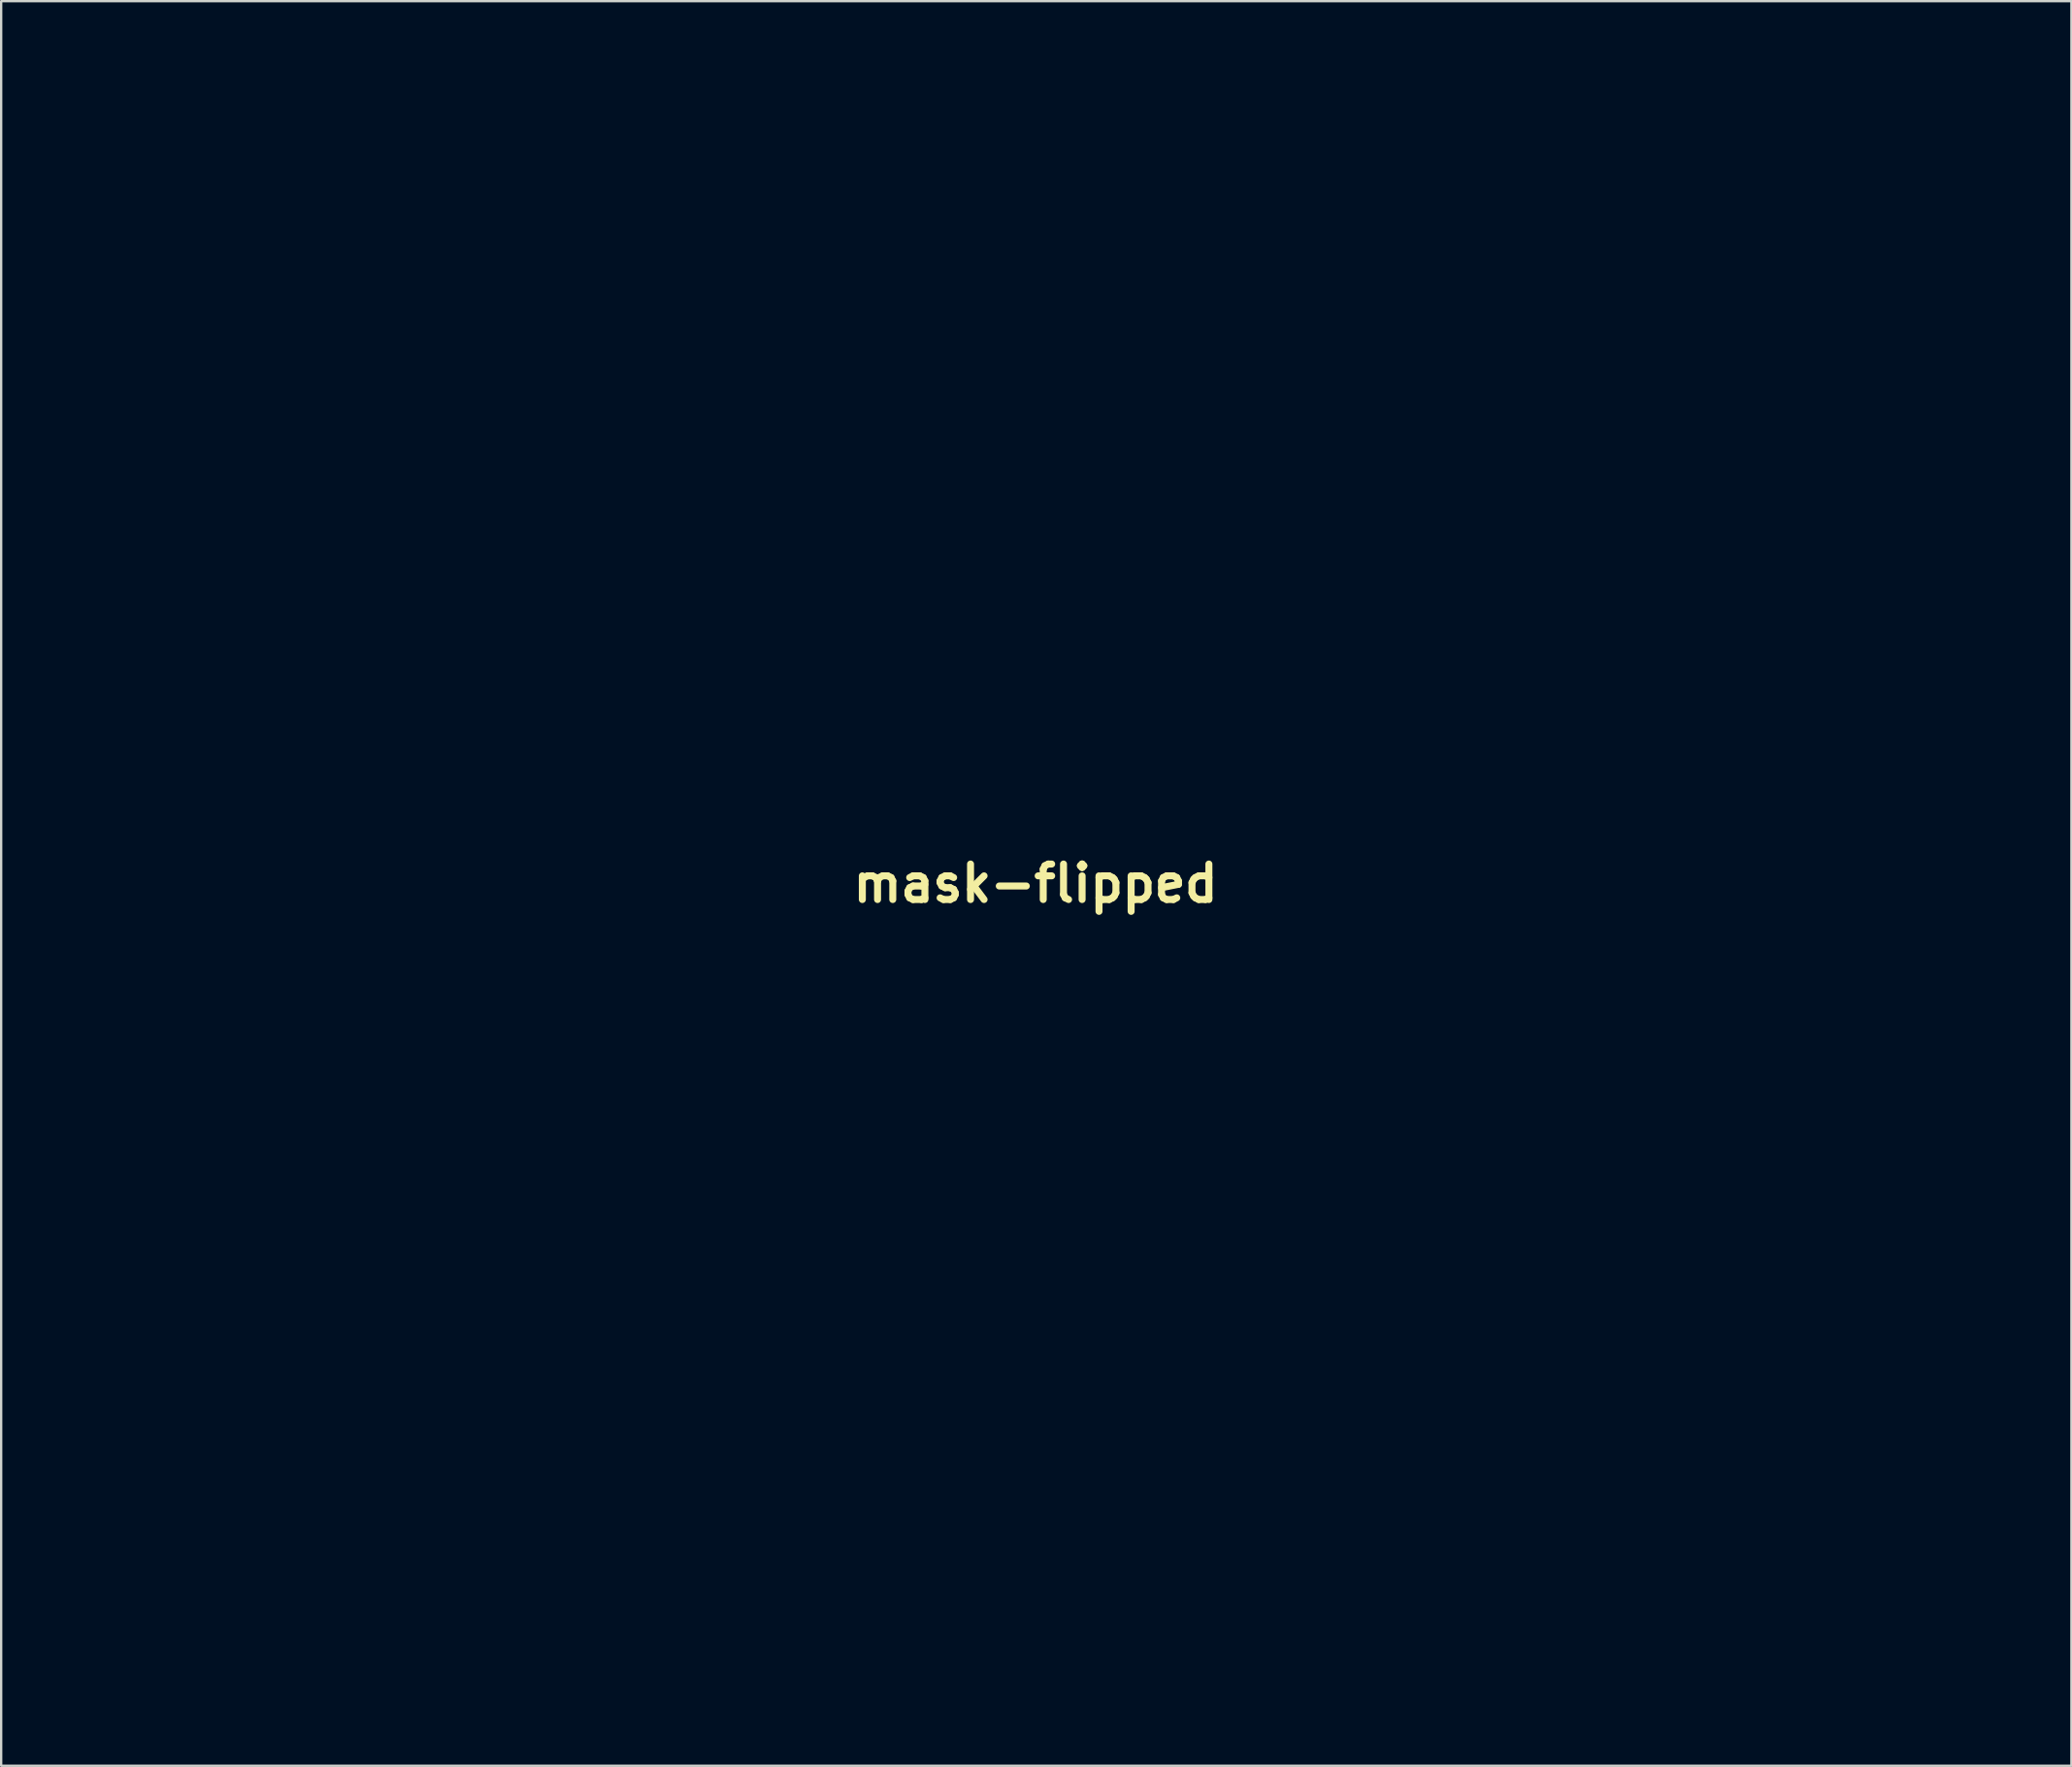
<source format=kicad_pcb>
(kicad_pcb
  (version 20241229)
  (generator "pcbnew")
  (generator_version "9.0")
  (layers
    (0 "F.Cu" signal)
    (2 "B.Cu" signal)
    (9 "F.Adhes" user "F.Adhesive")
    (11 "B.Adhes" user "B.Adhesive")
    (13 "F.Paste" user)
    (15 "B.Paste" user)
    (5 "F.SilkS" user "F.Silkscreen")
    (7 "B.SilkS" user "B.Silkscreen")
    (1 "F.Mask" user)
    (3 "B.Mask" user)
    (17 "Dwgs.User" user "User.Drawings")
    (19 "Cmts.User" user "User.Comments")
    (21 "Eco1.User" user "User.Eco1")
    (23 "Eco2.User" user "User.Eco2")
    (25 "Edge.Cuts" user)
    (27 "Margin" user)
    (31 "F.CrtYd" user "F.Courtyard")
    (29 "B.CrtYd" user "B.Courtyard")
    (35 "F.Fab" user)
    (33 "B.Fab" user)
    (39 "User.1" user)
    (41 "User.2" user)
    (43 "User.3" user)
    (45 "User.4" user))
  (footprint "mask-flipped"
    (layer "F.Cu")
    (at 41.409 34.883)
    (property "Reference" "mask-flipped" (at 0 0 0) (layer "F.SilkS") (effects (font (size 1.524 1.524) (thickness 0.3))))
    (attr board_only exclude_from_pos_files exclude_from_bom)
    (fp_poly (pts (xy 1.119 1.075) (xy 1.701 1.086) (xy 2.302 1.101) (xy 2.905 1.122) (xy 3.498 1.148) (xy 4.064 1.178) (xy 4.588 1.212) (xy 5.056 1.249) (xy 5.453 1.288) (xy 5.764 1.33) (xy 5.94 1.365) (xy 6.174 1.417) (xy 6.439 1.464) (xy 6.759 1.509) (xy 7.158 1.557) (xy 7.354 1.578) (xy 7.652 1.612) (xy 7.954 1.649) (xy 8.215 1.685) (xy 8.316 1.701) (xy 8.588 1.743) (xy 8.887 1.785) (xy 9.051 1.807) (xy 9.274 1.84) (xy 9.478 1.878) (xy 9.593 1.907) (xy 9.731 1.938) (xy 9.943 1.971) (xy 10.186 1.999) (xy 10.244 2.004) (xy 10.483 2.03) (xy 10.694 2.061) (xy 10.839 2.093) (xy 10.861 2.1) (xy 10.987 2.133) (xy 11.184 2.169) (xy 11.411 2.201) (xy 11.427 2.203) (xy 11.673 2.233) (xy 11.938 2.268) (xy 12.198 2.305) (xy 12.428 2.34) (xy 12.604 2.369) (xy 12.701 2.389) (xy 12.713 2.393) (xy 12.714 2.453) (xy 12.703 2.601) (xy 12.681 2.81) (xy 12.653 3.056) (xy 12.622 3.314) (xy 12.589 3.56) (xy 12.559 3.767) (xy 12.535 3.912) (xy 12.52 3.968) (xy 12.496 4.052) (xy 12.468 4.214) (xy 12.442 4.42) (xy 12.441 4.428) (xy 12.381 4.995) (xy 12.325 5.503) (xy 12.272 5.941) (xy 12.225 6.297) (xy 12.185 6.561) (xy 12.155 6.717) (xy 12.112 6.921) (xy 12.071 7.183) (xy 12.029 7.516) (xy 11.985 7.935) (xy 11.938 8.452) (xy 11.937 8.467) (xy 11.906 8.801) (xy 11.872 9.154) (xy 11.839 9.479) (xy 11.817 9.68) (xy 11.784 9.981) (xy 11.75 10.331) (xy 11.72 10.667) (xy 11.712 10.753) (xy 11.686 11.027) (xy 11.655 11.29) (xy 11.622 11.5) (xy 11.607 11.571) (xy 11.58 11.729) (xy 11.552 11.966) (xy 11.526 12.25) (xy 11.507 12.524) (xy 11.483 12.83) (xy 11.448 13.128) (xy 11.406 13.382) (xy 11.369 13.54) (xy 11.308 13.72) (xy 11.25 13.821) (xy 11.167 13.873) (xy 11.052 13.904) (xy 10.902 13.937) (xy 10.679 13.99) (xy 10.418 14.053) (xy 10.267 14.09) (xy 9.618 14.244) (xy 9.024 14.37) (xy 8.627 14.444) (xy 8.413 14.485) (xy 8.156 14.54) (xy 7.976 14.581) (xy 7.154 14.748) (xy 6.277 14.867) (xy 5.904 14.901) (xy 5.622 14.927) (xy 5.369 14.957) (xy 5.173 14.988) (xy 5.066 15.013) (xy 4.931 15.043) (xy 4.729 15.064) (xy 4.526 15.071) (xy 4.307 15.078) (xy 4.118 15.096) (xy 4.006 15.119) (xy 3.903 15.137) (xy 3.704 15.153) (xy 3.426 15.167) (xy 3.088 15.179) (xy 2.705 15.189) (xy 2.295 15.196) (xy 1.876 15.2) (xy 1.465 15.201) (xy 1.079 15.198) (xy 0.735 15.192) (xy 0.451 15.181) (xy 0.424 15.179) (xy -0.155 15.145) (xy -0.684 15.11) (xy -1.15 15.075) (xy -1.543 15.04) (xy -1.85 15.008) (xy -2.06 14.979) (xy -2.121 14.966) (xy -2.272 14.941) (xy -2.501 14.913) (xy -2.774 14.889) (xy -2.981 14.874) (xy -3.269 14.851) (xy -3.545 14.818) (xy -3.772 14.781) (xy -3.881 14.756) (xy -4.097 14.709) (xy -4.351 14.68) (xy -4.48 14.676) (xy -4.696 14.662) (xy -4.97 14.625) (xy -5.249 14.574) (xy -5.306 14.561) (xy -5.668 14.477) (xy -5.945 14.415) (xy -6.165 14.369) (xy -6.353 14.334) (xy -6.534 14.305) (xy -6.704 14.281) (xy -6.964 14.238) (xy -7.234 14.182) (xy -7.411 14.137) (xy -7.621 14.081) (xy -7.889 14.017) (xy -8.161 13.957) (xy -8.197 13.95) (xy -8.672 13.853) (xy -8.748 13.573) (xy -8.78 13.413) (xy -8.814 13.17) (xy -8.847 12.874) (xy -8.875 12.556) (xy -8.881 12.474) (xy -8.904 12.17) (xy -8.927 11.897) (xy -8.949 11.678) (xy -8.968 11.54) (xy -8.973 11.515) (xy -9 11.367) (xy -9.035 11.122) (xy -9.074 10.796) (xy -9.118 10.403) (xy -9.163 9.959) (xy -9.208 9.479) (xy -9.247 9.031) (xy -9.279 8.681) (xy -9.312 8.353) (xy -9.344 8.071) (xy -9.372 7.858) (xy -9.392 7.746) (xy -9.428 7.527) (xy -9.447 7.302) (xy -9.447 7.27) (xy -9.462 7.076) (xy -9.5 6.843) (xy -9.528 6.721) (xy -9.564 6.542) (xy -9.602 6.284) (xy -9.639 5.981) (xy -9.67 5.668) (xy -9.671 5.657) (xy -9.699 5.365) (xy -9.729 5.103) (xy -9.759 4.897) (xy -9.785 4.774) (xy -9.789 4.764) (xy -9.821 4.622) (xy -9.841 4.427) (xy -9.843 4.337) (xy -9.86 4.103) (xy -9.902 3.85) (xy -9.923 3.762) (xy -9.963 3.572) (xy -10 3.314) (xy -10.029 3.033) (xy -10.037 2.925) (xy -10.071 2.378) (xy -9.802 2.344) (xy -9.587 2.31) (xy -9.379 2.268) (xy -9.328 2.256) (xy -9.141 2.222) (xy -8.919 2.203) (xy -8.843 2.201) (xy -8.608 2.184) (xy -8.358 2.141) (xy -8.284 2.122) (xy -8.085 2.077) (xy -7.827 2.035) (xy -7.566 2.004) (xy -7.556 2.003) (xy -7.3 1.973) (xy -7.049 1.932) (xy -6.857 1.888) (xy -6.849 1.886) (xy -6.635 1.836) (xy -6.418 1.808) (xy -6.364 1.806) (xy -6.169 1.788) (xy -5.943 1.744) (xy -5.86 1.721) (xy -5.632 1.671) (xy -5.374 1.641) (xy -5.266 1.637) (xy -5.021 1.626) (xy -4.747 1.598) (xy -4.61 1.578) (xy -4.385 1.539) (xy -4.105 1.491) (xy -3.824 1.443) (xy -3.79 1.437) (xy -3.561 1.403) (xy -3.253 1.364) (xy -2.899 1.324) (xy -2.534 1.288) (xy -2.376 1.274) (xy -2.02 1.242) (xy -1.663 1.206) (xy -1.339 1.172) (xy -1.079 1.141) (xy -0.99 1.129) (xy -0.725 1.103) (xy -0.366 1.085) (xy 0.071 1.074) (xy 0.571 1.072)) (stroke (width 0) (type solid)) (fill yes) (layer "F.Mask"))
    (fp_poly (pts (xy 41.466 34.883) (xy 36.643 34.881) (xy 31.821 34.879) (xy 31.979 34.762) (xy 32.095 34.643) (xy 32.219 34.469) (xy 32.281 34.358) (xy 32.361 34.177) (xy 32.407 33.996) (xy 32.428 33.772) (xy 32.432 33.615) (xy 32.409 33.237) (xy 32.325 32.928) (xy 32.165 32.656) (xy 31.949 32.42) (xy 31.721 32.224) (xy 31.429 32.003) (xy 31.108 31.782) (xy 30.791 31.583) (xy 30.513 31.429) (xy 30.445 31.397) (xy 30.212 31.28) (xy 29.958 31.136) (xy 29.812 31.044) (xy 29.6 30.913) (xy 29.328 30.761) (xy 29.025 30.602) (xy 28.72 30.45) (xy 28.441 30.321) (xy 28.217 30.228) (xy 28.14 30.201) (xy 27.967 30.139) (xy 27.747 30.049) (xy 27.578 29.973) (xy 27.213 29.802) (xy 26.93 29.674) (xy 26.707 29.58) (xy 26.525 29.512) (xy 26.363 29.461) (xy 26.295 29.443) (xy 26.075 29.373) (xy 25.862 29.286) (xy 25.781 29.246) (xy 25.587 29.156) (xy 25.364 29.079) (xy 25.301 29.062) (xy 25.147 29.02) (xy 24.915 28.95) (xy 24.634 28.861) (xy 24.333 28.763) (xy 24.269 28.742) (xy 23.975 28.645) (xy 23.703 28.559) (xy 23.48 28.491) (xy 23.33 28.449) (xy 23.307 28.443) (xy 23.162 28.403) (xy 22.95 28.335) (xy 22.71 28.252) (xy 22.638 28.226) (xy 22.409 28.147) (xy 22.206 28.087) (xy 22.063 28.056) (xy 22.033 28.053) (xy 21.921 28.036) (xy 21.734 27.99) (xy 21.504 27.924) (xy 21.384 27.887) (xy 21.123 27.808) (xy 20.868 27.74) (xy 20.662 27.694) (xy 20.604 27.684) (xy 20.381 27.644) (xy 20.16 27.59) (xy 20.111 27.575) (xy 19.893 27.512) (xy 19.608 27.44) (xy 19.299 27.369) (xy 19.011 27.31) (xy 18.866 27.284) (xy 18.691 27.247) (xy 18.55 27.2) (xy 18.531 27.191) (xy 18.415 27.152) (xy 18.234 27.112) (xy 18.107 27.091) (xy 17.568 27.009) (xy 17.123 26.93) (xy 16.781 26.854) (xy 16.712 26.835) (xy 16.511 26.788) (xy 16.327 26.758) (xy 16.259 26.754) (xy 16.096 26.735) (xy 15.905 26.688) (xy 15.868 26.676) (xy 15.71 26.638) (xy 15.478 26.601) (xy 15.213 26.571) (xy 15.093 26.561) (xy 14.831 26.538) (xy 14.592 26.509) (xy 14.412 26.478) (xy 14.357 26.465) (xy 14.196 26.425) (xy 13.979 26.384) (xy 13.831 26.362) (xy 13.587 26.328) (xy 13.302 26.286) (xy 13.096 26.254) (xy 12.84 26.218) (xy 12.533 26.184) (xy 12.236 26.159) (xy 12.205 26.156) (xy 11.71 26.124) (xy 11.713 22.474) (xy 11.716 18.824) (xy 12.399 18.232) (xy 12.958 17.733) (xy 13.498 17.223) (xy 14.004 16.72) (xy 14.454 16.243) (xy 14.833 15.809) (xy 14.871 15.762) (xy 15.05 15.548) (xy 15.205 15.369) (xy 15.322 15.243) (xy 15.386 15.185) (xy 15.391 15.184) (xy 15.444 15.141) (xy 15.545 15.027) (xy 15.676 14.863) (xy 15.743 14.774) (xy 15.913 14.548) (xy 16.091 14.319) (xy 16.242 14.129) (xy 16.268 14.098) (xy 16.635 13.643) (xy 16.919 13.262) (xy 17.014 13.123) (xy 17.24 12.787) (xy 17.486 12.428) (xy 17.729 12.078) (xy 17.946 11.77) (xy 18.054 11.621) (xy 18.363 11.17) (xy 18.603 10.762) (xy 18.702 10.563) (xy 18.783 10.41) (xy 18.9 10.217) (xy 18.988 10.083) (xy 19.097 9.909) (xy 19.232 9.668) (xy 19.374 9.395) (xy 19.47 9.2) (xy 19.613 8.901) (xy 19.782 8.549) (xy 19.956 8.192) (xy 20.083 7.93) (xy 20.395 7.275) (xy 20.649 6.694) (xy 20.85 6.181) (xy 20.925 5.993) (xy 20.999 5.881) (xy 21.104 5.813) (xy 21.273 5.758) (xy 21.29 5.754) (xy 21.583 5.65) (xy 21.921 5.497) (xy 22.26 5.315) (xy 22.557 5.128) (xy 22.653 5.057) (xy 22.915 4.832) (xy 23.225 4.532) (xy 23.565 4.175) (xy 23.89 3.809) (xy 24.147 3.482) (xy 24.374 3.124) (xy 24.59 2.711) (xy 24.761 2.353) (xy 24.891 2.076) (xy 24.989 1.858) (xy 25.061 1.68) (xy 25.119 1.519) (xy 25.169 1.357) (xy 25.201 1.242) (xy 25.275 0.988) (xy 25.359 0.722) (xy 25.412 0.564) (xy 25.492 0.321) (xy 25.556 0.079) (xy 25.604 -0.178) (xy 25.639 -0.469) (xy 25.662 -0.811) (xy 25.675 -1.221) (xy 25.681 -1.717) (xy 25.682 -2.023) (xy 25.679 -2.582) (xy 25.67 -3.048) (xy 25.654 -3.436) (xy 25.63 -3.767) (xy 25.596 -4.058) (xy 25.551 -4.327) (xy 25.505 -4.544) (xy 25.415 -4.889) (xy 25.299 -5.259) (xy 25.169 -5.623) (xy 25.036 -5.954) (xy 24.91 -6.22) (xy 24.844 -6.334) (xy 24.703 -6.554) (xy 24.558 -6.785) (xy 24.47 -6.927) (xy 24.274 -7.22) (xy 24.08 -7.468) (xy 23.905 -7.648) (xy 23.794 -7.73) (xy 23.704 -7.788) (xy 23.687 -7.855) (xy 23.732 -7.975) (xy 23.734 -7.98) (xy 23.79 -8.113) (xy 23.874 -8.325) (xy 23.978 -8.59) (xy 24.09 -8.882) (xy 24.201 -9.174) (xy 24.3 -9.441) (xy 24.378 -9.655) (xy 24.397 -9.708) (xy 24.448 -9.876) (xy 24.511 -10.115) (xy 24.576 -10.386) (xy 24.608 -10.527) (xy 24.666 -10.781) (xy 24.722 -11.007) (xy 24.768 -11.173) (xy 24.787 -11.231) (xy 24.811 -11.312) (xy 24.837 -11.451) (xy 24.869 -11.657) (xy 24.906 -11.939) (xy 24.951 -12.307) (xy 25.004 -12.769) (xy 25.066 -13.334) (xy 25.068 -13.349) (xy 25.086 -13.593) (xy 25.098 -13.918) (xy 25.103 -14.301) (xy 25.104 -14.721) (xy 25.099 -15.156) (xy 25.089 -15.586) (xy 25.075 -15.989) (xy 25.056 -16.343) (xy 25.034 -16.628) (xy 25.009 -16.82) (xy 24.976 -17.01) (xy 24.935 -17.272) (xy 24.893 -17.565) (xy 24.867 -17.752) (xy 24.823 -18.071) (xy 24.772 -18.412) (xy 24.722 -18.722) (xy 24.699 -18.852) (xy 24.657 -19.075) (xy 24.614 -19.275) (xy 24.566 -19.472) (xy 24.505 -19.687) (xy 24.426 -19.939) (xy 24.323 -20.248) (xy 24.191 -20.635) (xy 24.124 -20.828) (xy 24.041 -21.078) (xy 23.964 -21.331) (xy 23.908 -21.532) (xy 23.907 -21.536) (xy 23.848 -21.719) (xy 23.753 -21.96) (xy 23.64 -22.214) (xy 23.6 -22.296) (xy 23.497 -22.507) (xy 23.417 -22.679) (xy 23.37 -22.789) (xy 23.363 -22.814) (xy 23.338 -22.895) (xy 23.268 -23.056) (xy 23.164 -23.276) (xy 23.035 -23.537) (xy 22.891 -23.819) (xy 22.744 -24.102) (xy 22.601 -24.367) (xy 22.474 -24.595) (xy 22.373 -24.764) (xy 22.35 -24.799) (xy 22.212 -25.007) (xy 22.085 -25.202) (xy 21.992 -25.347) (xy 21.982 -25.364) (xy 21.868 -25.543) (xy 21.716 -25.777) (xy 21.542 -26.039) (xy 21.365 -26.303) (xy 21.202 -26.542) (xy 21.069 -26.731) (xy 21.004 -26.821) (xy 20.83 -27.044) (xy 20.652 -27.264) (xy 20.482 -27.465) (xy 20.338 -27.628) (xy 20.234 -27.736) (xy 20.187 -27.771) (xy 20.133 -27.816) (xy 20.062 -27.925) (xy 20.057 -27.935) (xy 19.973 -28.067) (xy 19.843 -28.239) (xy 19.731 -28.373) (xy 19.595 -28.521) (xy 19.413 -28.711) (xy 19.2 -28.929) (xy 18.97 -29.159) (xy 18.738 -29.388) (xy 18.517 -29.602) (xy 18.322 -29.786) (xy 18.168 -29.928) (xy 18.069 -30.011) (xy 18.041 -30.028) (xy 17.977 -30.063) (xy 17.855 -30.153) (xy 17.716 -30.268) (xy 17.521 -30.43) (xy 17.256 -30.642) (xy 16.943 -30.886) (xy 16.601 -31.147) (xy 16.254 -31.408) (xy 16.131 -31.499) (xy 15.966 -31.613) (xy 15.831 -31.693) (xy 15.758 -31.722) (xy 15.67 -31.76) (xy 15.586 -31.834) (xy 15.504 -31.893) (xy 15.342 -31.988) (xy 15.12 -32.11) (xy 14.86 -32.246) (xy 14.583 -32.386) (xy 14.311 -32.52) (xy 14.066 -32.635) (xy 13.868 -32.722) (xy 13.747 -32.767) (xy 13.62 -32.815) (xy 13.438 -32.895) (xy 13.284 -32.97) (xy 13.072 -33.067) (xy 12.864 -33.149) (xy 12.746 -33.186) (xy 12.584 -33.232) (xy 12.362 -33.302) (xy 12.126 -33.38) (xy 12.111 -33.385) (xy 11.856 -33.463) (xy 11.591 -33.527) (xy 11.376 -33.565) (xy 11.181 -33.593) (xy 11.023 -33.628) (xy 10.961 -33.65) (xy 10.86 -33.689) (xy 10.692 -33.733) (xy 10.445 -33.786) (xy 10.106 -33.849) (xy 9.843 -33.896) (xy 9.515 -33.937) (xy 9.1 -33.966) (xy 8.624 -33.981) (xy 8.111 -33.984) (xy 7.588 -33.975) (xy 7.081 -33.954) (xy 6.614 -33.921) (xy 6.213 -33.876) (xy 6.138 -33.865) (xy 5.832 -33.814) (xy 5.539 -33.761) (xy 5.292 -33.711) (xy 5.123 -33.672) (xy 5.12 -33.671) (xy 4.887 -33.612) (xy 4.628 -33.555) (xy 4.526 -33.535) (xy 4.287 -33.484) (xy 4.034 -33.415) (xy 3.735 -33.319) (xy 3.451 -33.219) (xy 3.281 -33.156) (xy 3.128 -33.097) (xy 2.971 -33.03) (xy 2.786 -32.947) (xy 2.552 -32.837) (xy 2.247 -32.691) (xy 2.102 -32.621) (xy 1.334 -32.25) (xy 0.581 -32.576) (xy 0.298 -32.7) (xy 0.041 -32.815) (xy -0.167 -32.91) (xy -0.303 -32.974) (xy -0.327 -32.987) (xy -0.552 -33.097) (xy -0.846 -33.221) (xy -1.166 -33.343) (xy -1.474 -33.448) (xy -1.641 -33.498) (xy -1.894 -33.574) (xy -2.182 -33.672) (xy -2.404 -33.754) (xy -2.653 -33.839) (xy -2.913 -33.91) (xy -3.111 -33.947) (xy -3.339 -33.984) (xy -3.562 -34.035) (xy -3.649 -34.061) (xy -3.988 -34.156) (xy -4.42 -34.243) (xy -4.924 -34.323) (xy -5.48 -34.392) (xy -6.067 -34.45) (xy -6.664 -34.494) (xy -7.252 -34.523) (xy -7.809 -34.536) (xy -8.316 -34.53) (xy -8.751 -34.504) (xy -8.91 -34.487) (xy -9.15 -34.457) (xy -9.451 -34.421) (xy -9.761 -34.386) (xy -9.871 -34.374) (xy -10.152 -34.338) (xy -10.427 -34.294) (xy -10.653 -34.25) (xy -10.729 -34.231) (xy -10.929 -34.183) (xy -11.112 -34.154) (xy -11.181 -34.149) (xy -11.322 -34.132) (xy -11.52 -34.087) (xy -11.682 -34.04) (xy -11.93 -33.96) (xy -12.212 -33.871) (xy -12.389 -33.816) (xy -12.7 -33.715) (xy -13.028 -33.603) (xy -13.345 -33.49) (xy -13.63 -33.383) (xy -13.856 -33.292) (xy -13.999 -33.227) (xy -14.001 -33.225) (xy -14.138 -33.162) (xy -14.24 -33.133) (xy -14.244 -33.133) (xy -14.328 -33.108) (xy -14.48 -33.043) (xy -14.67 -32.951) (xy -14.701 -32.935) (xy -14.89 -32.841) (xy -15.04 -32.771) (xy -15.123 -32.739) (xy -15.129 -32.738) (xy -15.197 -32.71) (xy -15.332 -32.639) (xy -15.498 -32.542) (xy -15.716 -32.416) (xy -15.981 -32.273) (xy -16.235 -32.143) (xy -16.241 -32.14) (xy -16.5 -31.999) (xy -16.787 -31.823) (xy -17.042 -31.648) (xy -17.056 -31.638) (xy -17.259 -31.491) (xy -17.45 -31.361) (xy -17.594 -31.271) (xy -17.622 -31.256) (xy -17.833 -31.11) (xy -18.015 -30.899) (xy -18.176 -30.621) (xy -18.321 -30.25) (xy -18.366 -29.886) (xy -18.327 -29.537) (xy -18.221 -29.166) (xy -18.078 -28.88) (xy -17.907 -28.694) (xy -17.764 -28.589) (xy -17.947 -28.469) (xy -18.367 -28.193) (xy -18.694 -27.977) (xy -18.927 -27.819) (xy -19.064 -27.724) (xy -19.201 -27.627) (xy -19.373 -27.51) (xy -19.432 -27.47) (xy -19.649 -27.311) (xy -19.926 -27.084) (xy -20.248 -26.804) (xy -20.599 -26.486) (xy -20.962 -26.145) (xy -21.322 -25.797) (xy -21.664 -25.457) (xy -21.97 -25.14) (xy -22.224 -24.861) (xy -22.41 -24.638) (xy -22.569 -24.433) (xy -22.751 -24.2) (xy -22.868 -24.051) (xy -23.203 -23.62) (xy -23.491 -23.234) (xy -23.758 -22.855) (xy -24.033 -22.444) (xy -24.107 -22.331) (xy -24.226 -22.134) (xy -24.38 -21.863) (xy -24.559 -21.536) (xy -24.752 -21.173) (xy -24.948 -20.795) (xy -25.139 -20.421) (xy -25.313 -20.07) (xy -25.46 -19.763) (xy -25.57 -19.52) (xy -25.624 -19.389) (xy -25.707 -19.165) (xy -25.803 -18.913) (xy -25.848 -18.796) (xy -25.925 -18.586) (xy -25.993 -18.384) (xy -26.02 -18.288) (xy -26.066 -18.134) (xy -26.137 -17.921) (xy -26.216 -17.695) (xy -26.296 -17.452) (xy -26.36 -17.204) (xy -26.394 -17.018) (xy -26.432 -16.799) (xy -26.487 -16.585) (xy -26.508 -16.523) (xy -26.561 -16.336) (xy -26.588 -16.156) (xy -26.588 -16.137) (xy -26.605 -15.985) (xy -26.649 -15.781) (xy -26.687 -15.644) (xy -26.714 -15.543) (xy -26.736 -15.428) (xy -26.753 -15.286) (xy -26.766 -15.103) (xy -26.775 -14.867) (xy -26.781 -14.563) (xy -26.784 -14.18) (xy -26.785 -13.703) (xy -26.785 -13.434) (xy -26.785 -12.925) (xy -26.784 -12.514) (xy -26.78 -12.185) (xy -26.773 -11.923) (xy -26.761 -11.712) (xy -26.742 -11.536) (xy -26.715 -11.382) (xy -26.677 -11.233) (xy -26.629 -11.073) (xy -26.567 -10.888) (xy -26.522 -10.753) (xy -26.47 -10.589) (xy -26.411 -10.389) (xy -26.394 -10.329) (xy -26.222 -9.873) (xy -25.989 -9.502) (xy -25.699 -9.223) (xy -25.492 -9.098) (xy -25.277 -8.994) (xy -25.664 -8.791) (xy -25.934 -8.638) (xy -26.126 -8.493) (xy -26.271 -8.327) (xy -26.396 -8.112) (xy -26.442 -8.015) (xy -26.526 -7.805) (xy -26.571 -7.598) (xy -26.587 -7.344) (xy -26.587 -7.271) (xy -26.58 -7.039) (xy -26.561 -6.832) (xy -26.533 -6.693) (xy -26.53 -6.685) (xy -26.471 -6.572) (xy -26.358 -6.39) (xy -26.207 -6.164) (xy -26.033 -5.915) (xy -25.851 -5.666) (xy -25.73 -5.508) (xy -25.615 -5.346) (xy -25.516 -5.187) (xy -25.515 -5.186) (xy -25.437 -5.076) (xy -25.291 -4.901) (xy -25.089 -4.671) (xy -24.842 -4.401) (xy -24.562 -4.103) (xy -24.261 -3.789) (xy -23.952 -3.474) (xy -23.66 -3.183) (xy -23.081 -2.613) (xy -23.079 -1.998) (xy -23.065 -1.299) (xy -23.03 -0.698) (xy -22.972 -0.184) (xy -22.889 0.255) (xy -22.803 0.564) (xy -22.717 0.832) (xy -22.632 1.095) (xy -22.562 1.312) (xy -22.539 1.383) (xy -22.434 1.672) (xy -22.289 2.015) (xy -22.118 2.383) (xy -21.936 2.749) (xy -21.755 3.084) (xy -21.592 3.359) (xy -21.505 3.487) (xy -21.139 3.967) (xy -20.809 4.361) (xy -20.501 4.685) (xy -20.196 4.95) (xy -19.88 5.173) (xy -19.536 5.367) (xy -19.161 5.541) (xy -18.919 5.645) (xy -18.698 5.739) (xy -18.532 5.81) (xy -18.475 5.835) (xy -18.383 5.891) (xy -18.305 5.987) (xy -18.226 6.146) (xy -18.145 6.354) (xy -18.056 6.592) (xy -17.972 6.817) (xy -17.909 6.987) (xy -17.9 7.01) (xy -17.846 7.14) (xy -17.753 7.343) (xy -17.637 7.589) (xy -17.51 7.853) (xy -17.386 8.104) (xy -17.279 8.315) (xy -17.213 8.438) (xy -17.166 8.529) (xy -17.08 8.699) (xy -16.968 8.927) (xy -16.839 9.188) (xy -16.806 9.257) (xy -16.657 9.555) (xy -16.502 9.854) (xy -16.358 10.12) (xy -16.244 10.32) (xy -16.239 10.329) (xy -16.088 10.578) (xy -15.922 10.852) (xy -15.8 11.053) (xy -15.63 11.327) (xy -15.416 11.658) (xy -15.179 12.014) (xy -14.942 12.363) (xy -14.726 12.675) (xy -14.578 12.879) (xy -14.417 13.096) (xy -14.232 13.346) (xy -14.076 13.556) (xy -13.901 13.786) (xy -13.706 14.033) (xy -13.548 14.224) (xy -13.395 14.407) (xy -13.204 14.642) (xy -13.004 14.89) (xy -12.906 15.014) (xy -12.731 15.228) (xy -12.522 15.47) (xy -12.27 15.75) (xy -11.966 16.078) (xy -11.601 16.463) (xy -11.166 16.915) (xy -11.059 17.025) (xy -10.878 17.213) (xy -10.661 17.436) (xy -10.453 17.652) (xy -10.43 17.675) (xy -10.231 17.873) (xy -9.983 18.105) (xy -9.727 18.334) (xy -9.605 18.439) (xy -9.126 18.844) (xy -9.089 20.161) (xy -9.08 20.525) (xy -9.072 20.98) (xy -9.065 21.502) (xy -9.06 22.07) (xy -9.055 22.66) (xy -9.052 23.25) (xy -9.051 23.8) (xy -9.051 26.124) (xy -9.546 26.157) (xy -9.838 26.181) (xy -10.147 26.214) (xy -10.412 26.248) (xy -10.437 26.252) (xy -10.711 26.291) (xy -11.022 26.329) (xy -11.259 26.354) (xy -11.475 26.379) (xy -11.651 26.408) (xy -11.752 26.436) (xy -11.758 26.439) (xy -11.84 26.463) (xy -12.01 26.494) (xy -12.242 26.529) (xy -12.509 26.562) (xy -12.783 26.598) (xy -13.023 26.635) (xy -13.203 26.671) (xy -13.293 26.698) (xy -13.418 26.735) (xy -13.591 26.754) (xy -13.632 26.755) (xy -13.834 26.775) (xy -14.026 26.823) (xy -14.047 26.831) (xy -14.208 26.881) (xy -14.423 26.925) (xy -14.569 26.946) (xy -14.757 26.97) (xy -14.948 26.999) (xy -15.166 27.038) (xy -15.439 27.093) (xy -15.793 27.167) (xy -15.84 27.177) (xy -16.066 27.224) (xy -16.279 27.266) (xy -16.405 27.289) (xy -16.562 27.32) (xy -16.763 27.369) (xy -17.027 27.441) (xy -17.372 27.541) (xy -17.565 27.598) (xy -17.777 27.657) (xy -17.958 27.699) (xy -18.071 27.716) (xy -18.074 27.716) (xy -18.178 27.732) (xy -18.357 27.775) (xy -18.58 27.835) (xy -18.668 27.861) (xy -18.928 27.935) (xy -19.186 28) (xy -19.395 28.046) (xy -19.432 28.053) (xy -19.618 28.094) (xy -19.865 28.163) (xy -20.129 28.247) (xy -20.21 28.274) (xy -20.438 28.351) (xy -20.632 28.41) (xy -20.763 28.444) (xy -20.795 28.448) (xy -20.908 28.47) (xy -21.056 28.523) (xy -21.064 28.527) (xy -21.351 28.643) (xy -21.714 28.773) (xy -22.119 28.906) (xy -22.289 28.958) (xy -22.721 29.094) (xy -23.177 29.249) (xy -23.636 29.415) (xy -24.078 29.584) (xy -24.482 29.748) (xy -24.827 29.9) (xy -25.093 30.03) (xy -25.178 30.077) (xy -25.351 30.166) (xy -25.569 30.259) (xy -25.687 30.302) (xy -26.099 30.465) (xy -26.545 30.675) (xy -26.973 30.908) (xy -27.216 31.059) (xy -27.438 31.195) (xy -27.664 31.319) (xy -27.848 31.404) (xy -27.854 31.406) (xy -28.079 31.514) (xy -28.358 31.681) (xy -28.661 31.885) (xy -28.96 32.108) (xy -29.227 32.328) (xy -29.434 32.526) (xy -29.464 32.559) (xy -29.675 32.883) (xy -29.79 33.257) (xy -29.805 33.668) (xy -29.724 34.086) (xy -29.616 34.34) (xy -29.44 34.568) (xy -29.375 34.633) (xy -29.113 34.883) (xy -41.409 34.883) (xy -41.409 -34.883) (xy 41.466 -34.883)) (stroke (width 0) (type solid)) (fill yes) (layer "F.Mask")))
  (gr_rect
    (start -3 -3)
    (end 85.875 72.765)
    (stroke (width 0.1) (type default))
    (fill no)
    (layer "Edge.Cuts")))
</source>
